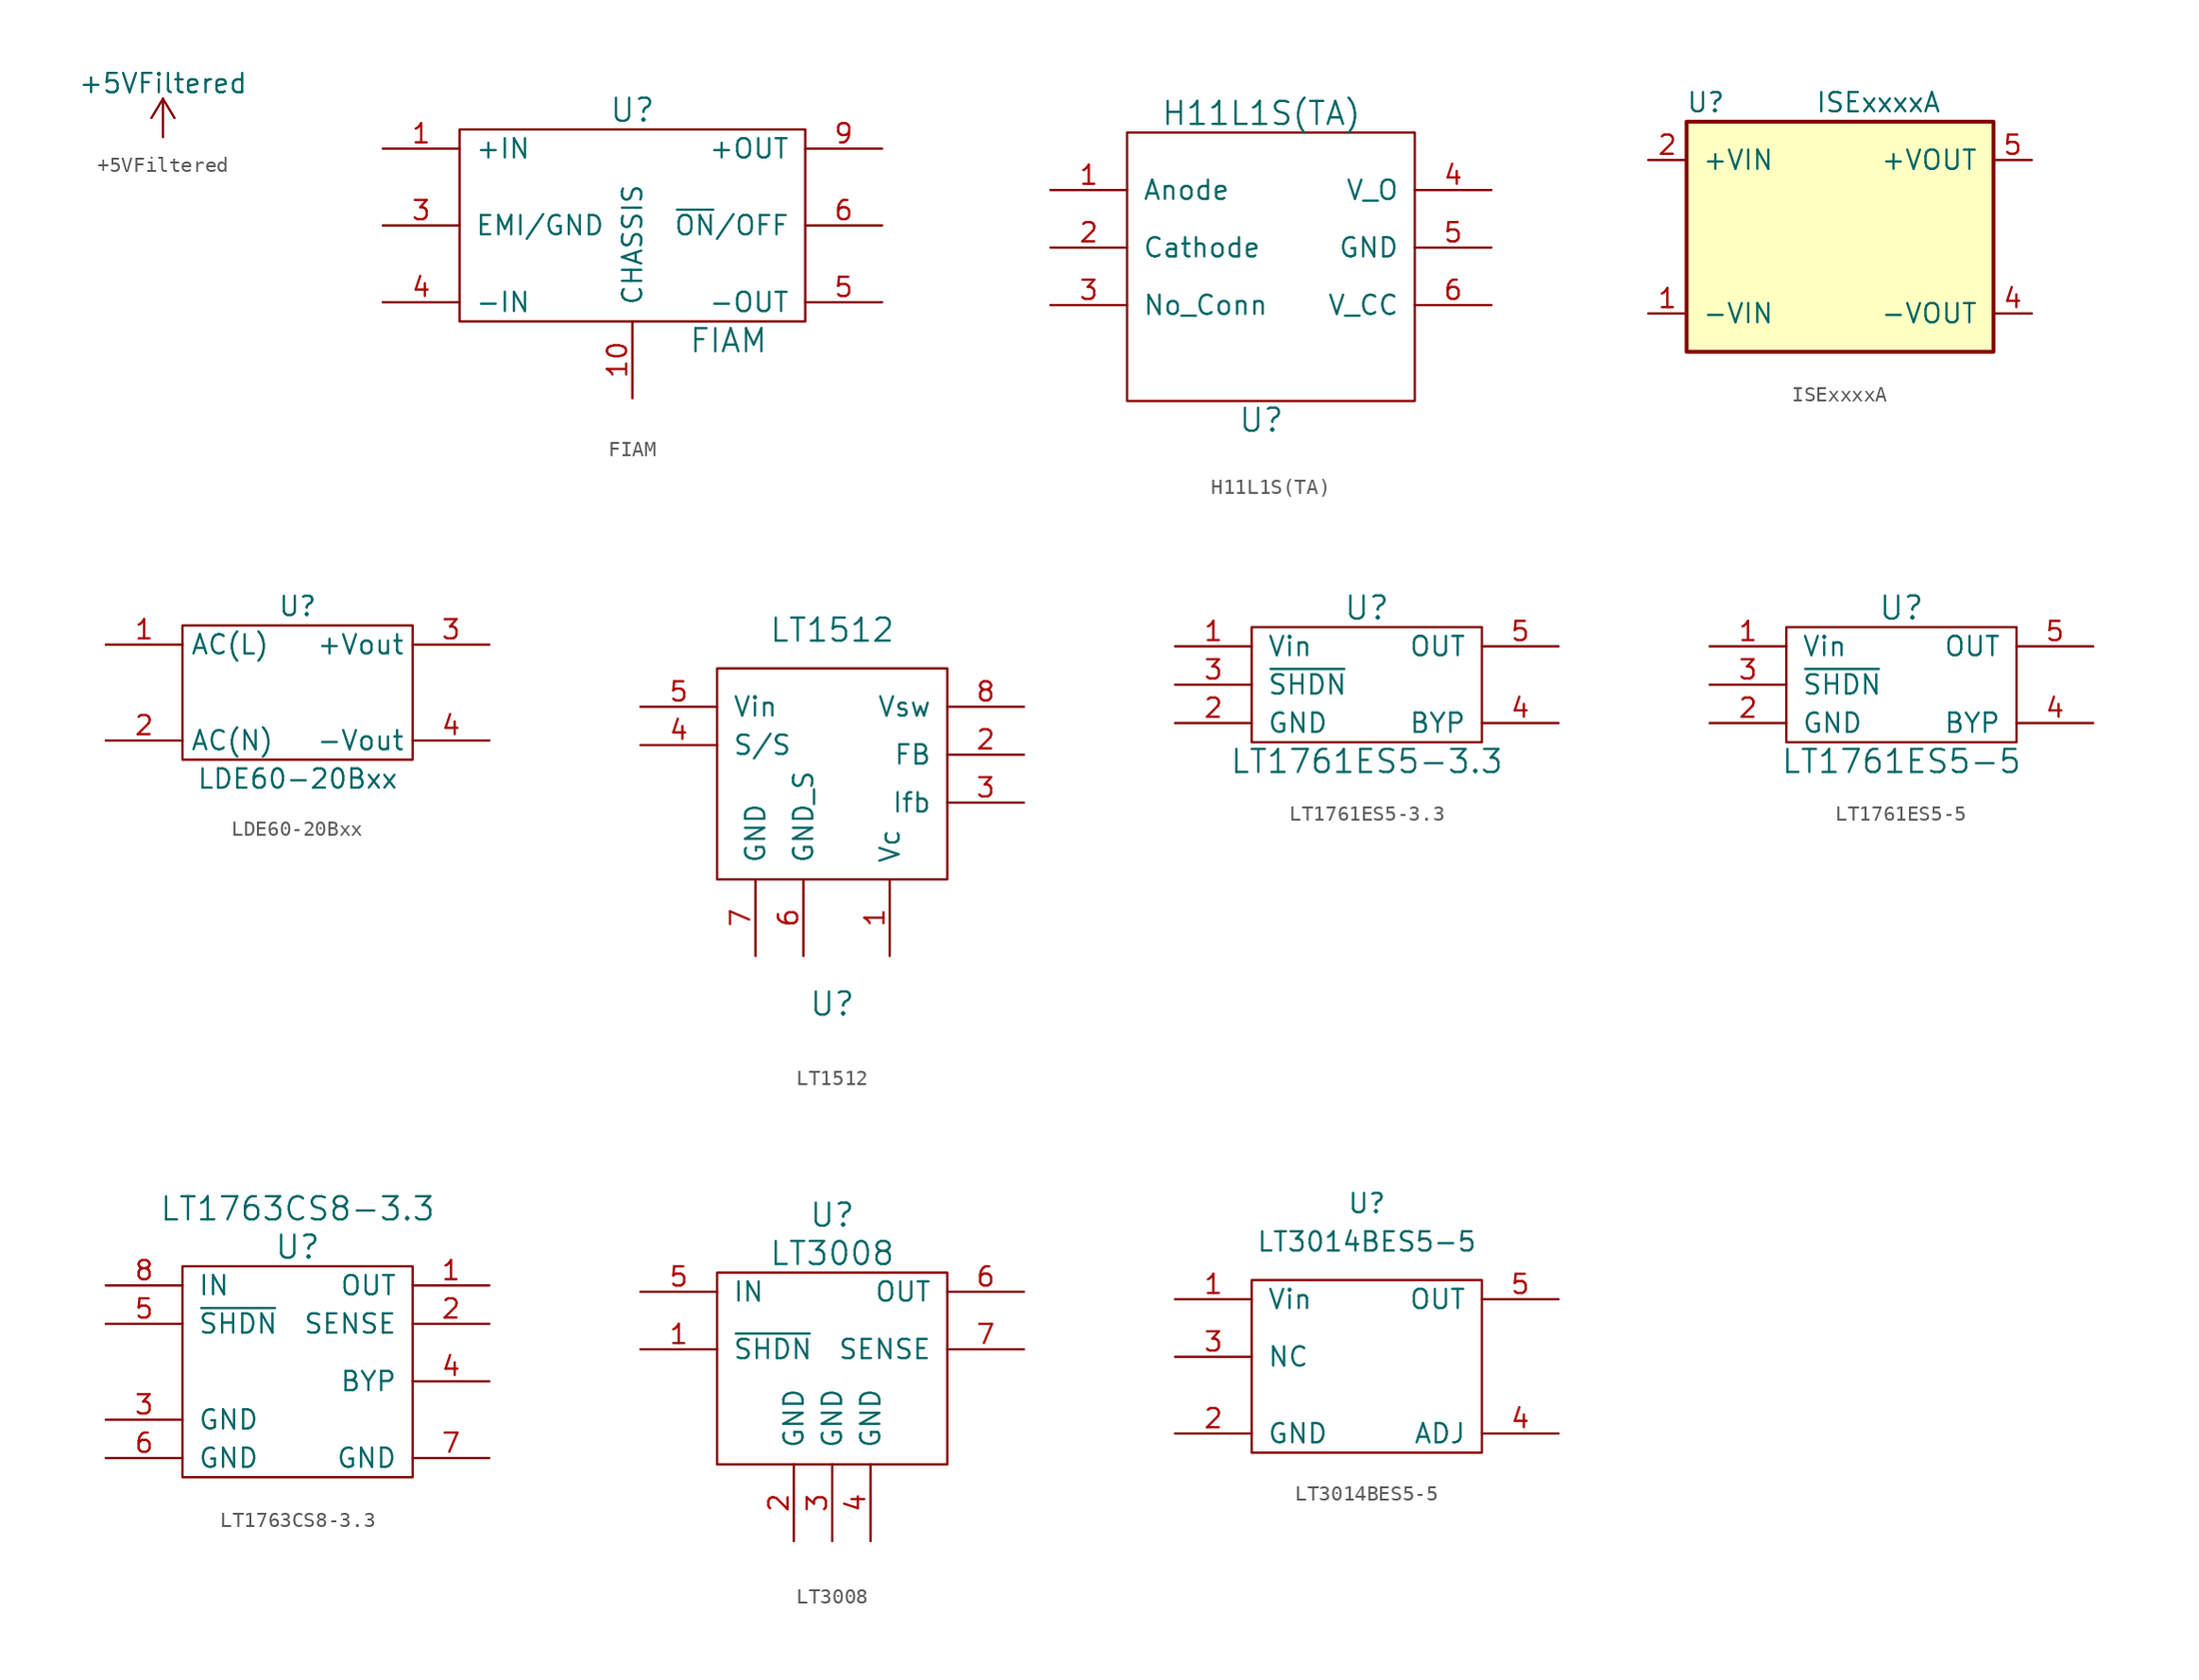
<source format=kicad_sym>
(kicad_symbol_lib
  (version 20211014)
  (generator kicad_symbol_editor)
  (symbol "+5VFiltered"
    (power)
    (pin_names
      (offset 0))
    (property "Reference" "#PWR"
      (at 0 -6.35 0)
      (effects (font (size 1.27 1.27)) hide))
    (property "Value" "+5VFiltered"
      (at 0 3.556 0)
      (effects (font (size 1.27 1.27))))
    (symbol "+5VFiltered_0_1"
      (polyline (pts (xy -0.762 1.27) (xy 0 2.54)) (stroke (width 0) (type default) (color 0 0 0 0)) (fill (type none)))
      (polyline (pts (xy 0 0) (xy 0 2.54)) (stroke (width 0) (type default) (color 0 0 0 0)) (fill (type none)))
      (polyline (pts (xy 0 2.54) (xy 0.762 1.27)) (stroke (width 0) (type default) (color 0 0 0 0)) (fill (type none))))
    (symbol "+5VFiltered_1_1"
      (pin power_in line (at 0 0 90) (length 0) hide (name "+5VFiltered" (effects (font (size 1.27 1.27)))) (number "1" (effects (font (size 1.27 1.27)))))))
  (symbol "FIAM"
    (pin_names
      (offset 1.016))
    (property "Reference" "U"
      (at 0 13.97 0)
      (effects (font (size 1.524 1.524))))
    (property "Value" "FIAM"
      (at 6.35 -1.27 0)
      (effects (font (size 1.524 1.524))))
    (symbol "FIAM_0_1"
      (rectangle (start -11.43 12.7) (end 11.43 0) (stroke (width 0) (type default) (color 0 0 0 0)) (fill (type none))))
    (symbol "FIAM_1_1"
      (pin power_in line (at -16.51 11.43 0) (length 5.08) (name "+IN" (effects (font (size 1.27 1.27)))) (number "1" (effects (font (size 1.27 1.27)))))
      (pin passive line (at 0 -5.08 90) (length 5.08) (name "CHASSIS" (effects (font (size 1.27 1.27)))) (number "10" (effects (font (size 1.27 1.27)))))
      (pin power_in line (at -16.51 6.35 0) (length 5.08) (name "EMI/GND" (effects (font (size 1.27 1.27)))) (number "3" (effects (font (size 1.27 1.27)))))
      (pin power_in line (at -16.51 1.27 0) (length 5.08) (name "-IN" (effects (font (size 1.27 1.27)))) (number "4" (effects (font (size 1.27 1.27)))))
      (pin power_out line (at 16.51 1.27 180) (length 5.08) (name "-OUT" (effects (font (size 1.27 1.27)))) (number "5" (effects (font (size 1.27 1.27)))))
      (pin power_out line (at 16.51 6.35 180) (length 5.08) (name "~{ON}/OFF" (effects (font (size 1.27 1.27)))) (number "6" (effects (font (size 1.27 1.27)))))
      (pin power_out line (at 16.51 11.43 180) (length 5.08) (name "+OUT" (effects (font (size 1.27 1.27)))) (number "9" (effects (font (size 1.27 1.27)))))))
  (symbol "H11L1S(TA)"
    (pin_names
      (offset 1.016))
    (property "Reference" "U"
      (at 17.78 8.89 0)
      (effects (font (size 1.524 1.524))))
    (property "Value" "H11L1S(TA)"
      (at 17.78 29.21 0)
      (effects (font (size 1.524 1.524))))
    (symbol "H11L1S(TA)_0_1"
      (rectangle (start 8.89 27.94) (end 27.94 10.16) (stroke (width 0) (type default) (color 0 0 0 0)) (fill (type none))))
    (symbol "H11L1S(TA)_1_1"
      (pin input line (at 3.81 24.13 0) (length 5.08) (name "Anode" (effects (font (size 1.27 1.27)))) (number "1" (effects (font (size 1.27 1.27)))))
      (pin input line (at 3.81 20.32 0) (length 5.08) (name "Cathode" (effects (font (size 1.27 1.27)))) (number "2" (effects (font (size 1.27 1.27)))))
      (pin input line (at 3.81 16.51 0) (length 5.08) (name "No_Conn" (effects (font (size 1.27 1.27)))) (number "3" (effects (font (size 1.27 1.27)))))
      (pin input line (at 33.02 24.13 180) (length 5.08) (name "V_O" (effects (font (size 1.27 1.27)))) (number "4" (effects (font (size 1.27 1.27)))))
      (pin input line (at 33.02 20.32 180) (length 5.08) (name "GND" (effects (font (size 1.27 1.27)))) (number "5" (effects (font (size 1.27 1.27)))))
      (pin input line (at 33.02 16.51 180) (length 5.08) (name "V_CC" (effects (font (size 1.27 1.27)))) (number "6" (effects (font (size 1.27 1.27)))))))
  (symbol "ISExxxxA"
    (pin_names
      (offset 1.016))
    (property "Reference" "U"
      (at -8.89 8.89 0)
      (effects (font (size 1.27 1.27))))
    (property "Value" "ISExxxxA"
      (at 2.54 8.89 0)
      (effects (font (size 1.27 1.27))))
    (symbol "ISExxxxA_0_1"
      (rectangle (start -10.16 7.62) (end 10.16 -7.62) (stroke (width 0.254) (type default) (color 0 0 0 0)) (fill (type background))))
    (symbol "ISExxxxA_1_1"
      (pin power_in line (at -12.7 -5.08 0) (length 2.54) (name "-VIN" (effects (font (size 1.27 1.27)))) (number "1" (effects (font (size 1.27 1.27)))))
      (pin power_in line (at -12.7 5.08 0) (length 2.54) (name "+VIN" (effects (font (size 1.27 1.27)))) (number "2" (effects (font (size 1.27 1.27)))))
      (pin power_out line (at 12.7 -5.08 180) (length 2.54) (name "-VOUT" (effects (font (size 1.27 1.27)))) (number "4" (effects (font (size 1.27 1.27)))))
      (pin power_out line (at 12.7 5.08 180) (length 2.54) (name "+VOUT" (effects (font (size 1.27 1.27)))) (number "5" (effects (font (size 1.27 1.27)))))))
  (symbol "LDE60-20Bxx"
    (property "Reference" "U"
      (at 0 5.715 0)
      (effects (font (size 1.27 1.27))))
    (property "Value" "LDE60-20Bxx"
      (at 0 -5.715 0)
      (effects (font (size 1.27 1.27))))
    (symbol "LDE60-20Bxx_0_1"
      (rectangle (start -7.62 4.445) (end 7.62 -4.445) (stroke (width 0) (type default) (color 0 0 0 0)) (fill (type none))))
    (symbol "LDE60-20Bxx_1_1"
      (pin power_in line (at -12.7 3.175 0) (length 5.08) (name "AC(L)" (effects (font (size 1.27 1.27)))) (number "1" (effects (font (size 1.27 1.27)))))
      (pin power_in line (at -12.7 -3.175 0) (length 5.08) (name "AC(N)" (effects (font (size 1.27 1.27)))) (number "2" (effects (font (size 1.27 1.27)))))
      (pin power_out line (at 12.7 3.175 180) (length 5.08) (name "+Vout" (effects (font (size 1.27 1.27)))) (number "3" (effects (font (size 1.27 1.27)))))
      (pin power_out line (at 12.7 -3.175 180) (length 5.08) (name "-Vout" (effects (font (size 1.27 1.27)))) (number "4" (effects (font (size 1.27 1.27)))))))
  (symbol "LT1512"
    (pin_names
      (offset 1.016))
    (property "Reference" "U"
      (at 0 -14.605 0)
      (effects (font (size 1.524 1.524))))
    (property "Value" "LT1512"
      (at 0 10.16 0)
      (effects (font (size 1.524 1.524))))
    (symbol "LT1512_0_1"
      (rectangle (start -7.62 7.62) (end 7.62 -6.35) (stroke (width 0) (type default) (color 0 0 0 0)) (fill (type none))))
    (symbol "LT1512_1_1"
      (pin input line (at 3.81 -11.43 90) (length 5.08) (name "Vc" (effects (font (size 1.27 1.27)))) (number "1" (effects (font (size 1.27 1.27)))))
      (pin input line (at 12.7 1.905 180) (length 5.08) (name "FB" (effects (font (size 1.27 1.27)))) (number "2" (effects (font (size 1.27 1.27)))))
      (pin input line (at 12.7 -1.27 180) (length 5.08) (name "Ifb" (effects (font (size 1.27 1.27)))) (number "3" (effects (font (size 1.27 1.27)))))
      (pin input line (at -12.7 2.54 0) (length 5.08) (name "S/S" (effects (font (size 1.27 1.27)))) (number "4" (effects (font (size 1.27 1.27)))))
      (pin input line (at -12.7 5.08 0) (length 5.08) (name "Vin" (effects (font (size 1.27 1.27)))) (number "5" (effects (font (size 1.27 1.27)))))
      (pin input line (at -1.905 -11.43 90) (length 5.08) (name "GND_S" (effects (font (size 1.27 1.27)))) (number "6" (effects (font (size 1.27 1.27)))))
      (pin input line (at -5.08 -11.43 90) (length 5.08) (name "GND" (effects (font (size 1.27 1.27)))) (number "7" (effects (font (size 1.27 1.27)))))
      (pin input line (at 12.7 5.08 180) (length 5.08) (name "Vsw" (effects (font (size 1.27 1.27)))) (number "8" (effects (font (size 1.27 1.27)))))))
  (symbol "LT1761ES5-3.3"
    (pin_names
      (offset 1.016))
    (property "Reference" "U"
      (at 0 10.16 0)
      (effects (font (size 1.524 1.524))))
    (property "Value" "LT1761ES5-3.3"
      (at 0 0 0)
      (effects (font (size 1.524 1.524))))
    (symbol "LT1761ES5-3.3_0_1"
      (rectangle (start 7.62 8.89) (end -7.62 1.27) (stroke (width 0) (type default) (color 0 0 0 0)) (fill (type none))))
    (symbol "LT1761ES5-3.3_1_1"
      (pin power_in line (at -12.7 7.62 0) (length 5.08) (name "Vin" (effects (font (size 1.27 1.27)))) (number "1" (effects (font (size 1.27 1.27)))))
      (pin power_in line (at -12.7 2.54 0) (length 5.08) (name "GND" (effects (font (size 1.27 1.27)))) (number "2" (effects (font (size 1.27 1.27)))))
      (pin input line (at -12.7 5.08 0) (length 5.08) (name "~{SHDN}" (effects (font (size 1.27 1.27)))) (number "3" (effects (font (size 1.27 1.27)))))
      (pin input line (at 12.7 2.54 180) (length 5.08) (name "BYP" (effects (font (size 1.27 1.27)))) (number "4" (effects (font (size 1.27 1.27)))))
      (pin power_out line (at 12.7 7.62 180) (length 5.08) (name "OUT" (effects (font (size 1.27 1.27)))) (number "5" (effects (font (size 1.27 1.27)))))))
  (symbol "LT1761ES5-5"
    (pin_names
      (offset 1.016))
    (property "Reference" "U"
      (at 0 10.16 0)
      (effects (font (size 1.524 1.524))))
    (property "Value" "LT1761ES5-5"
      (at 0 0 0)
      (effects (font (size 1.524 1.524))))
    (symbol "LT1761ES5-5_0_1"
      (rectangle (start 7.62 8.89) (end -7.62 1.27) (stroke (width 0) (type default) (color 0 0 0 0)) (fill (type none))))
    (symbol "LT1761ES5-5_1_1"
      (pin power_in line (at -12.7 7.62 0) (length 5.08) (name "Vin" (effects (font (size 1.27 1.27)))) (number "1" (effects (font (size 1.27 1.27)))))
      (pin power_in line (at -12.7 2.54 0) (length 5.08) (name "GND" (effects (font (size 1.27 1.27)))) (number "2" (effects (font (size 1.27 1.27)))))
      (pin input line (at -12.7 5.08 0) (length 5.08) (name "~{SHDN}" (effects (font (size 1.27 1.27)))) (number "3" (effects (font (size 1.27 1.27)))))
      (pin input line (at 12.7 2.54 180) (length 5.08) (name "BYP" (effects (font (size 1.27 1.27)))) (number "4" (effects (font (size 1.27 1.27)))))
      (pin power_out line (at 12.7 7.62 180) (length 5.08) (name "OUT" (effects (font (size 1.27 1.27)))) (number "5" (effects (font (size 1.27 1.27)))))))
  (symbol "LT1763CS8-3.3"
    (pin_names
      (offset 1.016))
    (property "Reference" "U"
      (at 0 1.27 0)
      (effects (font (size 1.524 1.524))))
    (property "Value" "LT1763CS8-3.3"
      (at 0 3.81 0)
      (effects (font (size 1.524 1.524))))
    (symbol "LT1763CS8-3.3_0_1"
      (rectangle (start -7.62 0) (end 7.62 -13.97) (stroke (width 0) (type default) (color 0 0 0 0)) (fill (type none))))
    (symbol "LT1763CS8-3.3_1_1"
      (pin power_out line (at 12.7 -1.27 180) (length 5.08) (name "OUT" (effects (font (size 1.27 1.27)))) (number "1" (effects (font (size 1.27 1.27)))))
      (pin input line (at 12.7 -3.81 180) (length 5.08) (name "SENSE" (effects (font (size 1.27 1.27)))) (number "2" (effects (font (size 1.27 1.27)))))
      (pin power_in line (at -12.7 -10.16 0) (length 5.08) (name "GND" (effects (font (size 1.27 1.27)))) (number "3" (effects (font (size 1.27 1.27)))))
      (pin power_out line (at 12.7 -7.62 180) (length 5.08) (name "BYP" (effects (font (size 1.27 1.27)))) (number "4" (effects (font (size 1.27 1.27)))))
      (pin input line (at -12.7 -3.81 0) (length 5.08) (name "~{SHDN}" (effects (font (size 1.27 1.27)))) (number "5" (effects (font (size 1.27 1.27)))))
      (pin power_in line (at -12.7 -12.7 0) (length 5.08) (name "GND" (effects (font (size 1.27 1.27)))) (number "6" (effects (font (size 1.27 1.27)))))
      (pin power_in line (at 12.7 -12.7 180) (length 5.08) (name "GND" (effects (font (size 1.27 1.27)))) (number "7" (effects (font (size 1.27 1.27)))))
      (pin power_in line (at -12.7 -1.27 0) (length 5.08) (name "IN" (effects (font (size 1.27 1.27)))) (number "8" (effects (font (size 1.27 1.27)))))))
  (symbol "LT3008"
    (pin_names
      (offset 1.016))
    (property "Reference" "U"
      (at 0 16.51 0)
      (effects (font (size 1.524 1.524))))
    (property "Value" "LT3008"
      (at 0 13.97 0)
      (effects (font (size 1.524 1.524))))
    (symbol "LT3008_0_1"
      (rectangle (start -7.62 12.7) (end 7.62 0) (stroke (width 0) (type default) (color 0 0 0 0)) (fill (type none))))
    (symbol "LT3008_1_1"
      (pin input line (at -12.7 7.62 0) (length 5.08) (name "~{SHDN}" (effects (font (size 1.27 1.27)))) (number "1" (effects (font (size 1.27 1.27)))))
      (pin power_in line (at -2.54 -5.08 90) (length 5.08) (name "GND" (effects (font (size 1.27 1.27)))) (number "2" (effects (font (size 1.27 1.27)))))
      (pin power_in line (at 0 -5.08 90) (length 5.08) (name "GND" (effects (font (size 1.27 1.27)))) (number "3" (effects (font (size 1.27 1.27)))))
      (pin power_in line (at 2.54 -5.08 90) (length 5.08) (name "GND" (effects (font (size 1.27 1.27)))) (number "4" (effects (font (size 1.27 1.27)))))
      (pin power_in line (at -12.7 11.43 0) (length 5.08) (name "IN" (effects (font (size 1.27 1.27)))) (number "5" (effects (font (size 1.27 1.27)))))
      (pin power_out line (at 12.7 11.43 180) (length 5.08) (name "OUT" (effects (font (size 1.27 1.27)))) (number "6" (effects (font (size 1.27 1.27)))))
      (pin input line (at 12.7 7.62 180) (length 5.08) (name "SENSE" (effects (font (size 1.27 1.27)))) (number "7" (effects (font (size 1.27 1.27)))))))
  (symbol "LT3014BES5-5"
    (pin_names
      (offset 1.016))
    (property "Reference" "U"
      (at 0 8.89 0)
      (effects (font (size 1.27 1.27))))
    (property "Value" "LT3014BES5-5"
      (at 0 6.35 0)
      (effects (font (size 1.27 1.27))))
    (symbol "LT3014BES5-5_1_1"
      (rectangle (start 7.62 3.81) (end -7.62 -7.62) (stroke (width 0) (type default) (color 0 0 0 0)) (fill (type none)))
      (pin power_in line (at -12.7 2.54 0) (length 5.08) (name "Vin" (effects (font (size 1.27 1.27)))) (number "1" (effects (font (size 1.27 1.27)))))
      (pin power_in line (at -12.7 -6.35 0) (length 5.08) (name "GND" (effects (font (size 1.27 1.27)))) (number "2" (effects (font (size 1.27 1.27)))))
      (pin input line (at -12.7 -1.27 0) (length 5.08) (name "NC" (effects (font (size 1.27 1.27)))) (number "3" (effects (font (size 1.27 1.27)))))
      (pin input line (at 12.7 -6.35 180) (length 5.08) (name "ADJ" (effects (font (size 1.27 1.27)))) (number "4" (effects (font (size 1.27 1.27)))))
      (pin power_out line (at 12.7 2.54 180) (length 5.08) (name "OUT" (effects (font (size 1.27 1.27)))) (number "5" (effects (font (size 1.27 1.27))))))))
</source>
